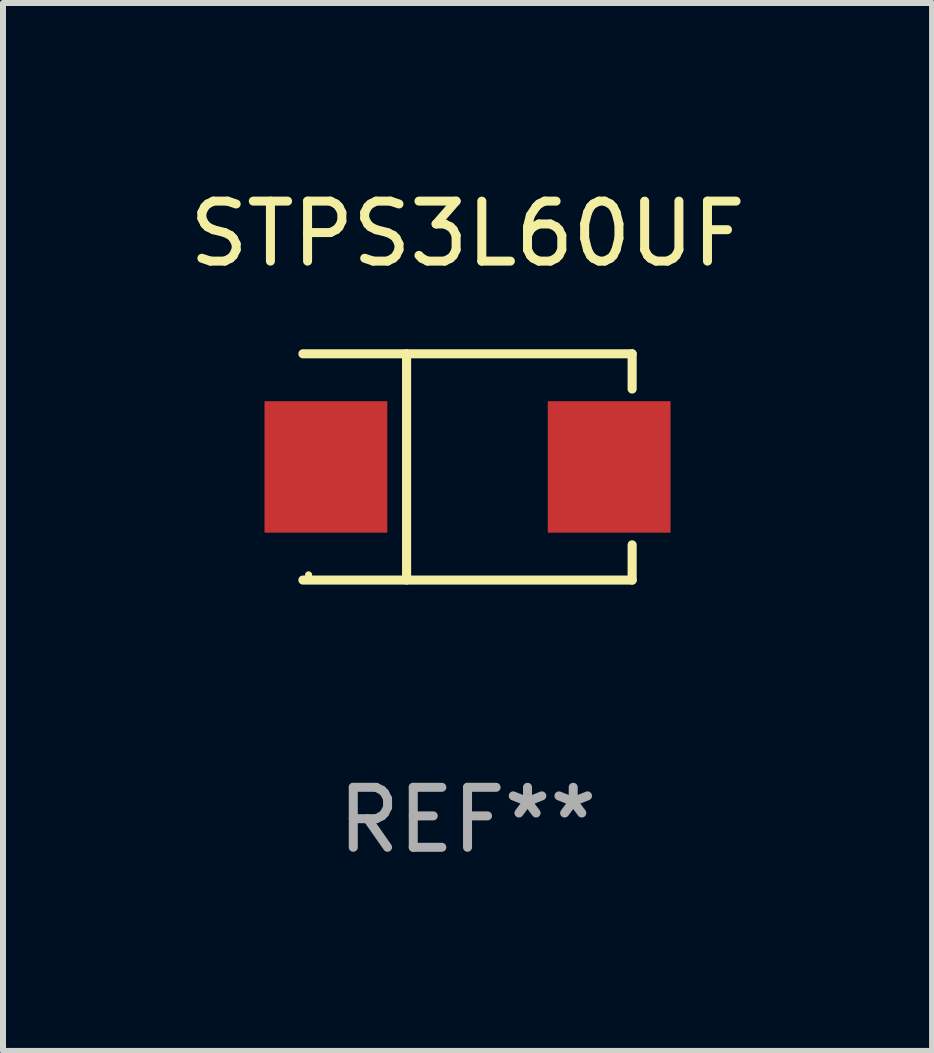
<source format=kicad_pcb>
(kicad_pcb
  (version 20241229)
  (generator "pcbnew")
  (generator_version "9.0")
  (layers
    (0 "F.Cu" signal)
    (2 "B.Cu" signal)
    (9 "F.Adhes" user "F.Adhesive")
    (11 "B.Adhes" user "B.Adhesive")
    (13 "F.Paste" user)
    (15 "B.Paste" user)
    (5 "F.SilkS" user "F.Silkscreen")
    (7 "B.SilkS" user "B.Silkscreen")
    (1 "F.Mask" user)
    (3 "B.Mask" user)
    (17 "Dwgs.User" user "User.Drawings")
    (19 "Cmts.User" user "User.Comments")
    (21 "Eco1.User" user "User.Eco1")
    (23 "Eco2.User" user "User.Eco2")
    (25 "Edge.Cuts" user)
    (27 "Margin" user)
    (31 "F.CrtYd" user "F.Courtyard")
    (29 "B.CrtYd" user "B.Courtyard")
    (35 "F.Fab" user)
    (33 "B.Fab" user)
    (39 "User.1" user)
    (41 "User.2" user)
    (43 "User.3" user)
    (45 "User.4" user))
  (footprint "STPS3L60UF"
    (layer "F.Cu")
    (at 4.744 4.734)
    (property "Reference" "STPS3L60UF" (at 0 -3.886 0) (layer "F.SilkS") (effects (font (size 1 1) (thickness 0.15))))
    (attr through_hole)
    (fp_line (start -2.744 -1.886) (end 2.744 -1.886) (stroke (width 0.152) (type solid)) (layer "F.SilkS"))
    (fp_line (start -2.744 1.886) (end 2.744 1.886) (stroke (width 0.152) (type solid)) (layer "F.SilkS"))
    (fp_line (start -1.016 -1.886) (end -1.016 1.886) (stroke (width 0.152) (type solid)) (layer "F.SilkS"))
    (fp_line (start 2.744 -1.886) (end 2.744 -1.299) (stroke (width 0.152) (type solid)) (layer "F.SilkS"))
    (fp_line (start 2.744 1.886) (end 2.744 1.299) (stroke (width 0.152) (type solid)) (layer "F.SilkS"))
    (fp_circle (center -2.65 1.8) (end -2.62 1.8) (stroke (width 0.06) (type solid)) (fill no) (layer "F.SilkS"))
    (fp_text user "REF**" (at 0 5.886 0) (layer "F.Fab") (effects (font (size 1 1) (thickness 0.15))))
    (pad "1" smd rect (at -2.361 0) (size 2.047 2.192) (layers "F.Cu" "F.Mask" "F.Paste"))
    (pad "2" smd rect (at 2.361 0) (size 2.047 2.192) (layers "F.Cu" "F.Mask" "F.Paste")))
  (gr_rect
    (start -3 -3)
    (end 12.488 14.469)
    (stroke (width 0.1) (type default))
    (fill no)
    (layer "Edge.Cuts")))
</source>
